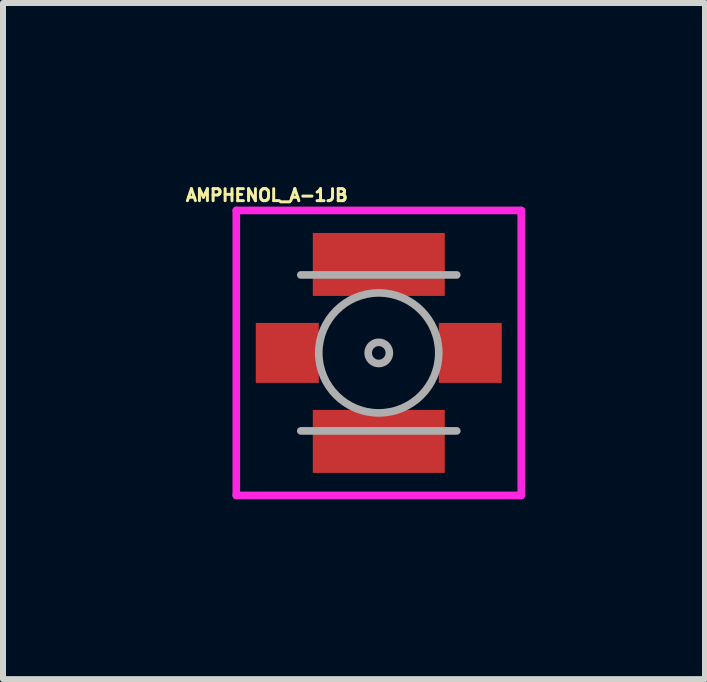
<source format=kicad_pcb>
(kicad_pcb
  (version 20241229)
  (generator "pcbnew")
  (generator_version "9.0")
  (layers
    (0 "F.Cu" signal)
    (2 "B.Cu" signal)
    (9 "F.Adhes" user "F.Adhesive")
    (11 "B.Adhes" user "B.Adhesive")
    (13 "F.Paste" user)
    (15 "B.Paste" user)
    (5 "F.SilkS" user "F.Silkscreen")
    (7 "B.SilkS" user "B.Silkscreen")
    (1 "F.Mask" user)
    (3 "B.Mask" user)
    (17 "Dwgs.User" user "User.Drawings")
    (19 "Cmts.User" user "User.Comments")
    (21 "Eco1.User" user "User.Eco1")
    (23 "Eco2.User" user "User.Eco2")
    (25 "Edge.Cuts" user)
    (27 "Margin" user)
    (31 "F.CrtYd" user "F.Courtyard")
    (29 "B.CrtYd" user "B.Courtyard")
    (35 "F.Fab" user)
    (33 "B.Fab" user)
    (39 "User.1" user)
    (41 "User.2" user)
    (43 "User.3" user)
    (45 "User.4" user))
  (footprint "AMPHENOL_A-1JB"
    (layer "F.Cu")
    (at 3.264 2.833)
    (property "Reference" "AMPHENOL_A-1JB" (at -1.866 -2.628 0) (layer "F.SilkS") (effects (font (size 0.2 0.2) (thickness 0.15))))
    (attr smd)
    (fp_line (start -2.375 -2.375) (end 2.375 -2.375) (stroke (width 0.127) (type solid)) (layer "F.CrtYd"))
    (fp_line (start -2.375 2.375) (end -2.375 -2.375) (stroke (width 0.127) (type solid)) (layer "F.CrtYd"))
    (fp_line (start 2.375 -2.375) (end 2.375 2.375) (stroke (width 0.127) (type solid)) (layer "F.CrtYd"))
    (fp_line (start 2.375 2.375) (end -2.375 2.375) (stroke (width 0.127) (type solid)) (layer "F.CrtYd"))
    (fp_line (start -1.3 -1.3) (end 1.3 -1.3) (stroke (width 0.127) (type solid)) (layer "F.Fab"))
    (fp_line (start 1.3 1.3) (end -1.3 1.3) (stroke (width 0.127) (type solid)) (layer "F.Fab"))
    (fp_circle (center 0 0) (end 0.177 0) (stroke (width 0.127) (type solid)) (fill no) (layer "F.Fab"))
    (fp_circle (center 0 0) (end 1 0) (stroke (width 0.127) (type solid)) (fill no) (layer "F.Fab"))
    (pad "GND1" smd rect (at 0 -1.475) (size 2.2 1.05) (layers "F.Cu" "F.Mask" "F.Paste"))
    (pad "GND2" smd rect (at 0 1.475) (size 2.2 1.05) (layers "F.Cu" "F.Mask" "F.Paste"))
    (pad "OPTIONAL_GND" smd rect (at -1.525 0) (size 1.05 1) (layers "F.Cu" "F.Mask" "F.Paste"))
    (pad "SIGNAL" smd rect (at 1.525 0) (size 1.05 1) (layers "F.Cu" "F.Mask" "F.Paste")))
  (gr_rect
    (start -3 -3)
    (end 8.702 8.271)
    (stroke (width 0.1) (type default))
    (fill no)
    (layer "Edge.Cuts")))
</source>
